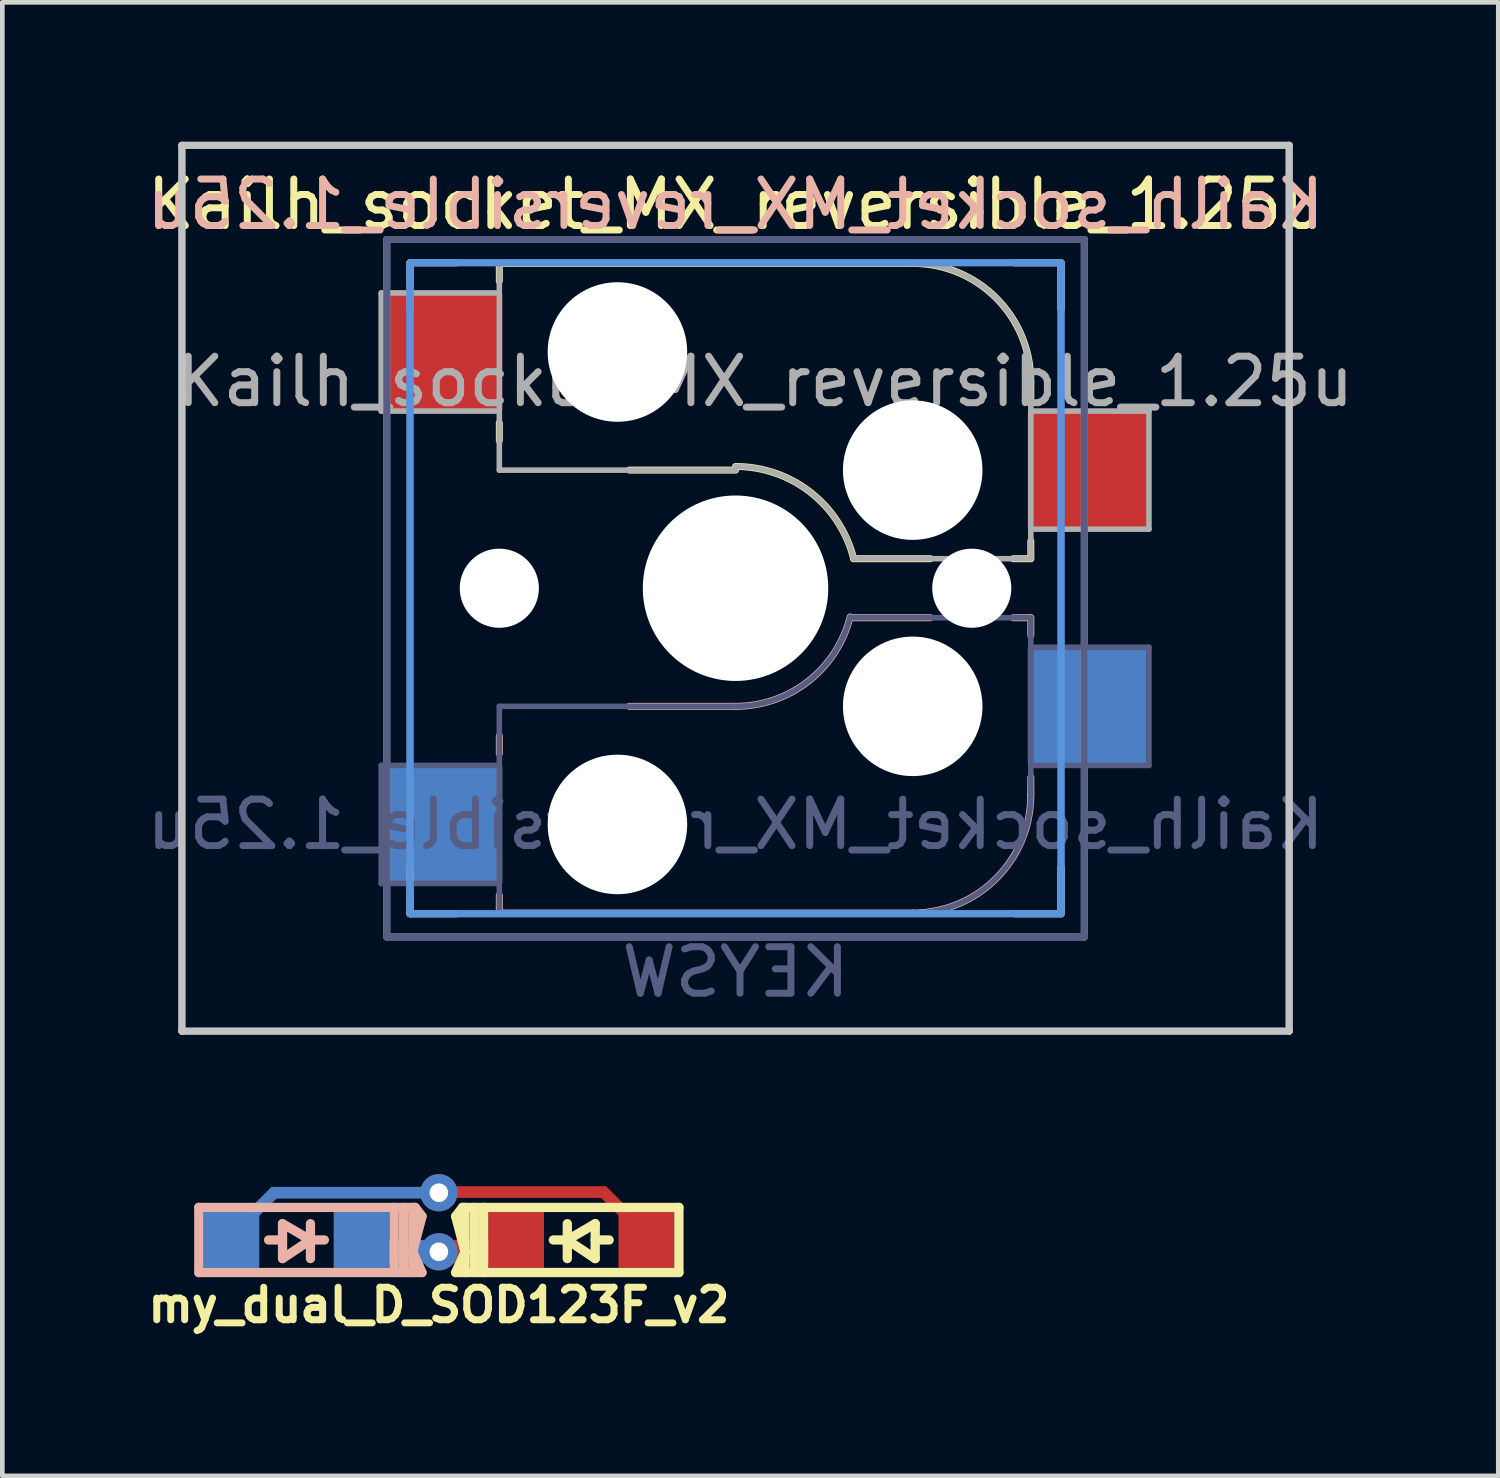
<source format=kicad_pcb>
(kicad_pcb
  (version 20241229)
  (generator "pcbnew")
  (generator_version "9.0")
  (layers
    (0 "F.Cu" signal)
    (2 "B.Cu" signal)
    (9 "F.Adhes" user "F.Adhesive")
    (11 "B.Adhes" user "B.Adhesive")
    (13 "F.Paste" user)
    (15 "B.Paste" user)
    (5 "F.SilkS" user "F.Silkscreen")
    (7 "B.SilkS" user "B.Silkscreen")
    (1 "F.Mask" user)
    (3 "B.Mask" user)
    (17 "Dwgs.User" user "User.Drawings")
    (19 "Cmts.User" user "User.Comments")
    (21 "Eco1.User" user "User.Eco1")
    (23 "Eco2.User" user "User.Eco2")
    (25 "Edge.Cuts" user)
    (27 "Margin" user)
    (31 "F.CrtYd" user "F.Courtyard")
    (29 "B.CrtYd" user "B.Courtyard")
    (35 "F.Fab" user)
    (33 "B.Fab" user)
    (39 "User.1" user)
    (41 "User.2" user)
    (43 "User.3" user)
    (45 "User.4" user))
  (footprint "my_dual_D_SOD123F_v2"
    (layer "F.Cu")
    (at 6.388 23.616)
    (property "Reference" "my_dual_D_SOD123F_v2" (at 0 1.4 0) (layer "F.SilkS") (effects (font (size 0.7 0.7) (thickness 0.15))))
    (attr smd)
    (fp_line (start 0.362 -0.508) (end 0.508 -0.7) (stroke (width 0.2) (type solid)) (layer "F.SilkS"))
    (fp_line (start 0.362 -0.508) (end 0.562 0.254) (stroke (width 0.2) (type solid)) (layer "F.SilkS"))
    (fp_line (start 0.362 0.7) (end 5.162 0.7) (stroke (width 0.2) (type solid)) (layer "F.SilkS"))
    (fp_line (start 0.508 -0.7) (end 5.162 -0.7) (stroke (width 0.2) (type solid)) (layer "F.SilkS"))
    (fp_line (start 0.562 -0.7) (end 0.562 0.7) (stroke (width 0.2) (type solid)) (layer "F.SilkS"))
    (fp_line (start 0.562 0.254) (end 0.362 0.7) (stroke (width 0.2) (type solid)) (layer "F.SilkS"))
    (fp_line (start 0.762 -0.7) (end 0.762 0.7) (stroke (width 0.2) (type solid)) (layer "F.SilkS"))
    (fp_line (start 0.962 -0.7) (end 0.962 0.7) (stroke (width 0.2) (type solid)) (layer "F.SilkS"))
    (fp_line (start 2.762 -0.35) (end 2.762 0.4) (stroke (width 0.2) (type solid)) (layer "F.SilkS"))
    (fp_line (start 2.762 0) (end 2.462 0) (stroke (width 0.2) (type solid)) (layer "F.SilkS"))
    (fp_line (start 2.762 0) (end 3.362 -0.35) (stroke (width 0.2) (type solid)) (layer "F.SilkS"))
    (fp_line (start 3.362 -0.35) (end 3.362 0.4) (stroke (width 0.2) (type solid)) (layer "F.SilkS"))
    (fp_line (start 3.362 0) (end 3.662 0) (stroke (width 0.2) (type solid)) (layer "F.SilkS"))
    (fp_line (start 3.362 0.4) (end 2.762 0) (stroke (width 0.2) (type solid)) (layer "F.SilkS"))
    (fp_line (start 5.162 -0.7) (end 5.162 0.7) (stroke (width 0.2) (type solid)) (layer "F.SilkS"))
    (fp_line (start -5.162 -0.7) (end -5.162 0.7) (stroke (width 0.2) (type solid)) (layer "B.SilkS"))
    (fp_line (start -3.362 -0.35) (end -3.362 0.4) (stroke (width 0.2) (type solid)) (layer "B.SilkS"))
    (fp_line (start -3.362 0) (end -3.662 0) (stroke (width 0.2) (type solid)) (layer "B.SilkS"))
    (fp_line (start -3.362 0.4) (end -2.762 0) (stroke (width 0.2) (type solid)) (layer "B.SilkS"))
    (fp_line (start -2.762 -0.35) (end -2.762 0.4) (stroke (width 0.2) (type solid)) (layer "B.SilkS"))
    (fp_line (start -2.762 0) (end -3.362 -0.35) (stroke (width 0.2) (type solid)) (layer "B.SilkS"))
    (fp_line (start -2.762 0) (end -2.462 0) (stroke (width 0.2) (type solid)) (layer "B.SilkS"))
    (fp_line (start -0.962 -0.7) (end -0.962 0.7) (stroke (width 0.2) (type solid)) (layer "B.SilkS"))
    (fp_line (start -0.762 -0.7) (end -0.762 0.7) (stroke (width 0.2) (type solid)) (layer "B.SilkS"))
    (fp_line (start -0.562 -0.7) (end -0.562 0.7) (stroke (width 0.2) (type solid)) (layer "B.SilkS"))
    (fp_line (start -0.562 0.254) (end -0.362 0.7) (stroke (width 0.2) (type solid)) (layer "B.SilkS"))
    (fp_line (start -0.508 -0.7) (end -5.162 -0.7) (stroke (width 0.2) (type solid)) (layer "B.SilkS"))
    (fp_line (start -0.362 -0.508) (end -0.562 0.254) (stroke (width 0.2) (type solid)) (layer "B.SilkS"))
    (fp_line (start -0.362 -0.508) (end -0.508 -0.7) (stroke (width 0.2) (type solid)) (layer "B.SilkS"))
    (fp_line (start -0.362 0.7) (end -5.162 0.7) (stroke (width 0.2) (type solid)) (layer "B.SilkS"))
    (pad "1" smd rect (at -1.662 0) (size 1.2 1.2) (layers "B.Cu" "B.Mask" "B.Paste"))
    (pad "1" smd rect (at -1.016 0.254) (size 1.704 0.504) (layers "B.Cu"))
    (pad "1" thru_hole circle (at 0 0.254) (size 0.8 0.8) (drill 0.4) (layers "*.Cu" "*.Mask"))
    (pad "1" smd rect (at 1.016 0.254) (size 1.704 0.504) (layers "F.Cu"))
    (pad "1" smd rect (at 1.662 0) (size 1.2 1.2) (layers "F.Cu" "F.Mask" "F.Paste"))
    (pad "2" smd rect (at -4.462 0) (size 1.2 1.2) (layers "B.Cu" "B.Mask" "B.Paste"))
    (pad "2" smd rect (at -4.068 -0.494 135) (size 0.254 1.587) (layers "B.Cu"))
    (pad "2" smd rect (at -1.778 -1.016) (size 3.646 0.252) (layers "B.Cu"))
    (pad "2" thru_hole circle (at 0 -1.016) (size 0.8 0.8) (drill 0.4) (layers "*.Cu" "*.Mask"))
    (pad "2" smd rect (at 1.774 -1.03) (size 3.646 0.252) (layers "F.Cu"))
    (pad "2" smd rect (at 4.064 -0.508 225) (size 0.254 1.587) (layers "F.Cu"))
    (pad "2" smd rect (at 4.462 0) (size 1.2 1.2) (layers "F.Cu" "F.Mask" "F.Paste")))
  (footprint "Kailh_socket_MX_reversible_1.25u"
    (layer "F.Cu")
    (at 12.768 9.6)
    (property "Reference" "Kailh_socket_MX_reversible_1.25u" (at 0 -8.255 0) (layer "F.SilkS") (effects (font (size 1 1) (thickness 0.15))))
    (property "Value" "KEYSW" (at 0 8.255 0) (layer "F.Fab") (hide yes) (effects (font (size 1 1) (thickness 0.15))))
    (attr smd)
    (fp_line (start -7 -7) (end -6 -7) (stroke (width 0.15) (type solid)) (layer "F.SilkS"))
    (fp_line (start -7 -6.604) (end -7 -7) (stroke (width 0.15) (type solid)) (layer "F.SilkS"))
    (fp_line (start -7 7) (end -7 6) (stroke (width 0.15) (type solid)) (layer "F.SilkS"))
    (fp_line (start -6 7) (end -7 7) (stroke (width 0.15) (type solid)) (layer "F.SilkS"))
    (fp_line (start -5.08 -6.985) (end -5.08 -6.604) (stroke (width 0.15) (type solid)) (layer "F.SilkS"))
    (fp_line (start -5.08 -3.556) (end -5.08 -3.175) (stroke (width 0.15) (type solid)) (layer "F.SilkS"))
    (fp_line (start -2.286 -2.54) (end 0 -2.54) (stroke (width 0.15) (type solid)) (layer "F.SilkS"))
    (fp_line (start 2.54 -0.635) (end 4.191 -0.635) (stroke (width 0.15) (type solid)) (layer "F.SilkS"))
    (fp_line (start 3.81 -6.985) (end -5.08 -6.985) (stroke (width 0.15) (type solid)) (layer "F.SilkS"))
    (fp_line (start 5.969 -0.635) (end 6.35 -0.635) (stroke (width 0.15) (type solid)) (layer "F.SilkS"))
    (fp_line (start 6 -7) (end 7 -7) (stroke (width 0.15) (type solid)) (layer "F.SilkS"))
    (fp_line (start 6.35 -4.445) (end 6.35 -4.064) (stroke (width 0.15) (type solid)) (layer "F.SilkS"))
    (fp_line (start 6.35 -0.635) (end 6.35 -1.016) (stroke (width 0.15) (type solid)) (layer "F.SilkS"))
    (fp_line (start 7 -7) (end 7 -6) (stroke (width 0.15) (type solid)) (layer "F.SilkS"))
    (fp_line (start 7 6) (end 7 7) (stroke (width 0.15) (type solid)) (layer "F.SilkS"))
    (fp_line (start 7 7) (end 6 7) (stroke (width 0.15) (type solid)) (layer "F.SilkS"))
    (fp_arc (start 0.000001 -2.618171) (mid 1.611255 -2.063656) (end 2.539999 -0.634999) (stroke (width 0.15) (type solid)) (layer "F.SilkS"))
    (fp_arc (start 3.81 -6.985) (mid 5.606051 -6.241051) (end 6.35 -4.445) (stroke (width 0.15) (type solid)) (layer "F.SilkS"))
    (fp_line (start -7 -7) (end -6 -7) (stroke (width 0.15) (type solid)) (layer "B.SilkS"))
    (fp_line (start -7 -6) (end -7 -7) (stroke (width 0.15) (type solid)) (layer "B.SilkS"))
    (fp_line (start -7 7) (end -7 6.604) (stroke (width 0.15) (type solid)) (layer "B.SilkS"))
    (fp_line (start -6 7) (end -7 7) (stroke (width 0.15) (type solid)) (layer "B.SilkS"))
    (fp_line (start -5.08 3.175) (end -5.08 3.556) (stroke (width 0.15) (type solid)) (layer "B.SilkS"))
    (fp_line (start -5.08 6.604) (end -5.08 6.985) (stroke (width 0.15) (type solid)) (layer "B.SilkS"))
    (fp_line (start -5.08 6.985) (end 3.81 6.985) (stroke (width 0.15) (type solid)) (layer "B.SilkS"))
    (fp_line (start 0 2.54) (end -2.286 2.54) (stroke (width 0.15) (type solid)) (layer "B.SilkS"))
    (fp_line (start 4.191 0.635) (end 2.54 0.635) (stroke (width 0.15) (type solid)) (layer "B.SilkS"))
    (fp_line (start 6 -7) (end 7 -7) (stroke (width 0.15) (type solid)) (layer "B.SilkS"))
    (fp_line (start 6.35 0.635) (end 5.969 0.635) (stroke (width 0.15) (type solid)) (layer "B.SilkS"))
    (fp_line (start 6.35 1.016) (end 6.35 0.635) (stroke (width 0.15) (type solid)) (layer "B.SilkS"))
    (fp_line (start 6.35 4.445) (end 6.35 4.064) (stroke (width 0.15) (type solid)) (layer "B.SilkS"))
    (fp_line (start 7 -7) (end 7 -6) (stroke (width 0.15) (type solid)) (layer "B.SilkS"))
    (fp_line (start 7 6) (end 7 7) (stroke (width 0.15) (type solid)) (layer "B.SilkS"))
    (fp_line (start 7 7) (end 6 7) (stroke (width 0.15) (type solid)) (layer "B.SilkS"))
    (fp_arc (start 2.464162 0.61604) (mid 1.563147 2.002042) (end 0 2.54) (stroke (width 0.15) (type solid)) (layer "B.SilkS"))
    (fp_arc (start 6.35 4.445) (mid 5.606051 6.241051) (end 3.81 6.985) (stroke (width 0.15) (type solid)) (layer "B.SilkS"))
    (fp_line (start -11.906 -9.525) (end -11.906 -9.525) (stroke (width 0.15) (type solid)) (layer "Dwgs.User"))
    (fp_line (start -11.906 -9.525) (end -11.906 -9.525) (stroke (width 0.15) (type solid)) (layer "Dwgs.User"))
    (fp_line (start -11.906 -9.525) (end -11.906 9.525) (stroke (width 0.15) (type solid)) (layer "Dwgs.User"))
    (fp_line (start -11.906 -9.525) (end 11.906 -9.525) (stroke (width 0.15) (type solid)) (layer "Dwgs.User"))
    (fp_line (start -11.906 9.525) (end -11.906 -9.525) (stroke (width 0.15) (type solid)) (layer "Dwgs.User"))
    (fp_line (start -11.906 9.525) (end -11.906 9.525) (stroke (width 0.15) (type solid)) (layer "Dwgs.User"))
    (fp_line (start -11.906 9.525) (end -11.906 9.525) (stroke (width 0.15) (type solid)) (layer "Dwgs.User"))
    (fp_line (start -11.906 9.525) (end 11.906 9.525) (stroke (width 0.15) (type solid)) (layer "Dwgs.User"))
    (fp_line (start 11.906 -9.525) (end -11.906 -9.525) (stroke (width 0.15) (type solid)) (layer "Dwgs.User"))
    (fp_line (start 11.906 -9.525) (end 11.906 -9.525) (stroke (width 0.15) (type solid)) (layer "Dwgs.User"))
    (fp_line (start 11.906 -9.525) (end 11.906 -9.525) (stroke (width 0.15) (type solid)) (layer "Dwgs.User"))
    (fp_line (start 11.906 -9.525) (end 11.906 9.525) (stroke (width 0.15) (type solid)) (layer "Dwgs.User"))
    (fp_line (start 11.906 9.525) (end -11.906 9.525) (stroke (width 0.15) (type solid)) (layer "Dwgs.User"))
    (fp_line (start 11.906 9.525) (end 11.906 -9.525) (stroke (width 0.15) (type solid)) (layer "Dwgs.User"))
    (fp_line (start 11.906 9.525) (end 11.906 9.525) (stroke (width 0.15) (type solid)) (layer "Dwgs.User"))
    (fp_line (start 11.906 9.525) (end 11.906 9.525) (stroke (width 0.15) (type solid)) (layer "Dwgs.User"))
    (fp_line (start -7 -7) (end -7 7) (stroke (width 0.15) (type solid)) (layer "Cmts.User"))
    (fp_line (start -7 -7) (end 7 -7) (stroke (width 0.15) (type solid)) (layer "Cmts.User"))
    (fp_line (start -7 7) (end -7 -7) (stroke (width 0.15) (type solid)) (layer "Cmts.User"))
    (fp_line (start -7 7) (end -7 7) (stroke (width 0.15) (type solid)) (layer "Cmts.User"))
    (fp_line (start -7 7) (end -7 7) (stroke (width 0.15) (type solid)) (layer "Cmts.User"))
    (fp_line (start -7 7) (end 7 7) (stroke (width 0.15) (type solid)) (layer "Cmts.User"))
    (fp_line (start 7 -7) (end -7 -7) (stroke (width 0.15) (type solid)) (layer "Cmts.User"))
    (fp_line (start 7 -7) (end 7 -7) (stroke (width 0.15) (type solid)) (layer "Cmts.User"))
    (fp_line (start 7 -7) (end 7 -7) (stroke (width 0.15) (type solid)) (layer "Cmts.User"))
    (fp_line (start 7 -7) (end 7 7) (stroke (width 0.15) (type solid)) (layer "Cmts.User"))
    (fp_line (start 7 7) (end -7 7) (stroke (width 0.15) (type solid)) (layer "Cmts.User"))
    (fp_line (start 7 7) (end 7 -7) (stroke (width 0.15) (type solid)) (layer "Cmts.User"))
    (fp_line (start 7 7) (end 7 7) (stroke (width 0.15) (type solid)) (layer "Cmts.User"))
    (fp_line (start 7 7) (end 7 7) (stroke (width 0.15) (type solid)) (layer "Cmts.User"))
    (fp_line (start -6.9 6.9) (end -6.9 -6.9) (stroke (width 0.15) (type solid)) (layer "Eco2.User"))
    (fp_line (start -6.9 6.9) (end 6.9 6.9) (stroke (width 0.15) (type solid)) (layer "Eco2.User"))
    (fp_line (start 6.9 -6.9) (end -6.9 -6.9) (stroke (width 0.15) (type solid)) (layer "Eco2.User"))
    (fp_line (start 6.9 -6.9) (end 6.9 6.9) (stroke (width 0.15) (type solid)) (layer "Eco2.User"))
    (fp_line (start -7.62 3.81) (end -7.62 6.35) (stroke (width 0.12) (type solid)) (layer "B.Fab"))
    (fp_line (start -7.62 6.35) (end -5.08 6.35) (stroke (width 0.12) (type solid)) (layer "B.Fab"))
    (fp_line (start -7.5 -7.5) (end 7.5 -7.5) (stroke (width 0.15) (type solid)) (layer "B.Fab"))
    (fp_line (start -7.5 7.5) (end -7.5 -7.5) (stroke (width 0.15) (type solid)) (layer "B.Fab"))
    (fp_line (start -5.08 2.54) (end -5.08 6.985) (stroke (width 0.12) (type solid)) (layer "B.Fab"))
    (fp_line (start -5.08 3.81) (end -7.62 3.81) (stroke (width 0.12) (type solid)) (layer "B.Fab"))
    (fp_line (start -5.08 6.985) (end 3.81 6.985) (stroke (width 0.12) (type solid)) (layer "B.Fab"))
    (fp_line (start 0 2.54) (end -5.08 2.54) (stroke (width 0.12) (type solid)) (layer "B.Fab"))
    (fp_line (start 6.35 0.635) (end 2.54 0.635) (stroke (width 0.12) (type solid)) (layer "B.Fab"))
    (fp_line (start 6.35 3.81) (end 8.89 3.81) (stroke (width 0.12) (type solid)) (layer "B.Fab"))
    (fp_line (start 6.35 4.445) (end 6.35 0.635) (stroke (width 0.12) (type solid)) (layer "B.Fab"))
    (fp_line (start 7.5 -7.5) (end 7.5 7.5) (stroke (width 0.15) (type solid)) (layer "B.Fab"))
    (fp_line (start 7.5 7.5) (end -7.5 7.5) (stroke (width 0.15) (type solid)) (layer "B.Fab"))
    (fp_line (start 8.89 1.27) (end 6.35 1.27) (stroke (width 0.12) (type solid)) (layer "B.Fab"))
    (fp_line (start 8.89 3.81) (end 8.89 1.27) (stroke (width 0.12) (type solid)) (layer "B.Fab"))
    (fp_arc (start 2.464162 0.61604) (mid 1.563147 2.002042) (end 0 2.54) (stroke (width 0.12) (type solid)) (layer "B.Fab"))
    (fp_arc (start 6.35 4.445) (mid 5.606051 6.241051) (end 3.81 6.985) (stroke (width 0.12) (type solid)) (layer "B.Fab"))
    (fp_line (start -7.62 -6.35) (end -7.62 -3.81) (stroke (width 0.12) (type solid)) (layer "F.Fab"))
    (fp_line (start -7.62 -3.81) (end -5.08 -3.81) (stroke (width 0.12) (type solid)) (layer "F.Fab"))
    (fp_line (start -7.5 -7.5) (end 7.5 -7.5) (stroke (width 0.15) (type solid)) (layer "F.Fab"))
    (fp_line (start -7.5 7.5) (end -7.5 -7.5) (stroke (width 0.15) (type solid)) (layer "F.Fab"))
    (fp_line (start -5.08 -6.985) (end -5.08 -2.54) (stroke (width 0.12) (type solid)) (layer "F.Fab"))
    (fp_line (start -5.08 -6.35) (end -7.62 -6.35) (stroke (width 0.12) (type solid)) (layer "F.Fab"))
    (fp_line (start -5.08 -2.54) (end 0 -2.54) (stroke (width 0.12) (type solid)) (layer "F.Fab"))
    (fp_line (start 2.54 -0.635) (end 6.35 -0.635) (stroke (width 0.12) (type solid)) (layer "F.Fab"))
    (fp_line (start 3.81 -6.985) (end -5.08 -6.985) (stroke (width 0.12) (type solid)) (layer "F.Fab"))
    (fp_line (start 6.35 -1.27) (end 8.89 -1.27) (stroke (width 0.12) (type solid)) (layer "F.Fab"))
    (fp_line (start 6.35 -0.635) (end 6.35 -4.445) (stroke (width 0.12) (type solid)) (layer "F.Fab"))
    (fp_line (start 7.5 -7.5) (end 7.5 7.5) (stroke (width 0.15) (type solid)) (layer "F.Fab"))
    (fp_line (start 7.5 7.5) (end -7.5 7.5) (stroke (width 0.15) (type solid)) (layer "F.Fab"))
    (fp_line (start 8.89 -3.81) (end 6.35 -3.81) (stroke (width 0.12) (type solid)) (layer "F.Fab"))
    (fp_line (start 8.89 -1.27) (end 8.89 -3.81) (stroke (width 0.12) (type solid)) (layer "F.Fab"))
    (fp_arc (start 0.000001 -2.618171) (mid 1.611255 -2.063656) (end 2.539999 -0.634999) (stroke (width 0.12) (type solid)) (layer "F.Fab"))
    (fp_arc (start 3.81 -6.985) (mid 5.606051 -6.241051) (end 6.35 -4.445) (stroke (width 0.12) (type solid)) (layer "F.Fab"))
    (fp_poly (pts (xy 7.144 7.144) (xy -7.144 7.144) (xy -7.144 -7.144) (xy 7.144 -7.144)) (stroke (width 0.1) (type solid)) (fill no) (layer "User.2"))
    (fp_poly (pts (xy 3.572 -7.144) (xy 3.572 7.144) (xy 2.381 8.334) (xy -2.381 8.334) (xy -3.572 7.144) (xy -3.572 -7.144) (xy -2.381 -8.334) (xy 2.381 -8.334)) (stroke (width 0.1) (type solid)) (fill no) (layer "User.3"))
    (fp_text user "${REFERENCE}" (at 0 -8.255 0) (layer "B.SilkS") (effects (font (size 1 1) (thickness 0.15)) (justify mirror)))
    (fp_text user "${REFERENCE}" (at 0 5.08 0) (layer "B.Fab") (effects (font (size 1 1) (thickness 0.15)) (justify mirror)))
    (fp_text user "${VALUE}" (at 0 8.255 0) (layer "B.Fab") (effects (font (size 1 1) (thickness 0.15)) (justify mirror)))
    (fp_text user "${REFERENCE}" (at 0.635 -4.445 0) (layer "F.Fab") (effects (font (size 1 1) (thickness 0.15))))
    (pad "" np_thru_hole circle (at -5.08 0) (size 1.702 1.702) (drill 1.702) (layers "*.Cu" "*.Mask"))
    (pad "" np_thru_hole circle (at -2.54 -5.08) (size 3 3) (drill 3) (layers "*.Cu" "*.Mask"))
    (pad "" np_thru_hole circle (at -2.54 5.08) (size 3 3) (drill 3) (layers "*.Cu" "*.Mask"))
    (pad "" np_thru_hole circle (at 0 0) (size 3.988 3.988) (drill 3.988) (layers "*.Cu" "*.Mask"))
    (pad "" np_thru_hole circle (at 3.81 -2.54) (size 3 3) (drill 3) (layers "*.Cu" "*.Mask"))
    (pad "" np_thru_hole circle (at 3.81 2.54) (size 3 3) (drill 3) (layers "*.Cu" "*.Mask"))
    (pad "" np_thru_hole circle (at 5.08 0) (size 1.702 1.702) (drill 1.702) (layers "*.Cu" "*.Mask"))
    (pad "1" smd rect (at -6.29 -5.08) (size 2.55 2.5) (layers "F.Cu" "F.Mask" "F.Paste"))
    (pad "1" smd rect (at -6.29 5.08) (size 2.55 2.5) (layers "B.Cu" "B.Mask" "B.Paste"))
    (pad "2" smd rect (at 7.56 -2.54) (size 2.55 2.5) (layers "F.Cu" "F.Mask" "F.Paste"))
    (pad "2" smd rect (at 7.56 2.54) (size 2.55 2.5) (layers "B.Cu" "B.Mask" "B.Paste")))
  (gr_rect
    (start -3 -3)
    (end 29.171 28.689)
    (stroke (width 0.1) (type default))
    (fill no)
    (layer "Edge.Cuts")))
</source>
